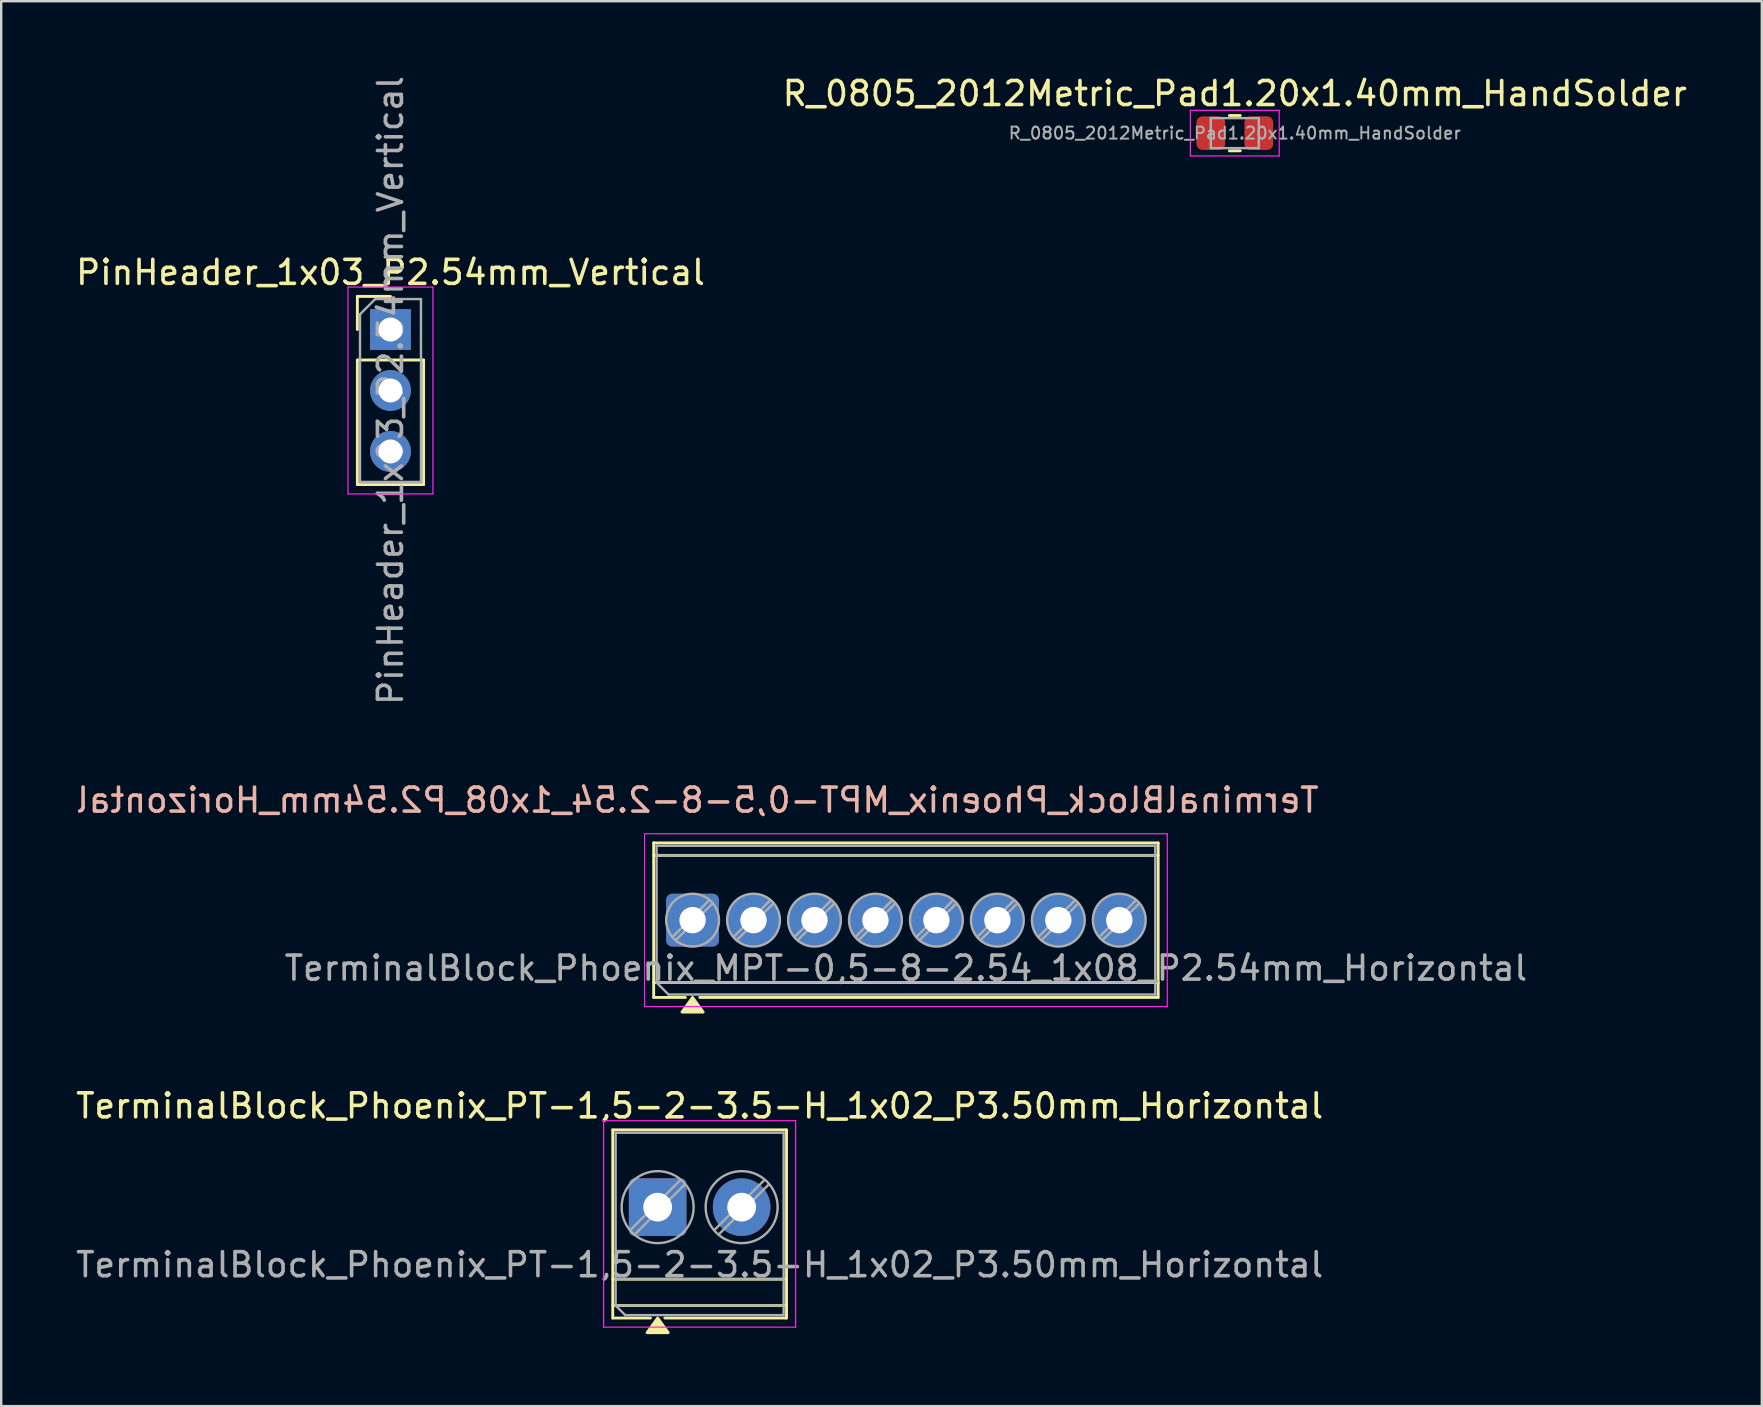
<source format=kicad_pcb>
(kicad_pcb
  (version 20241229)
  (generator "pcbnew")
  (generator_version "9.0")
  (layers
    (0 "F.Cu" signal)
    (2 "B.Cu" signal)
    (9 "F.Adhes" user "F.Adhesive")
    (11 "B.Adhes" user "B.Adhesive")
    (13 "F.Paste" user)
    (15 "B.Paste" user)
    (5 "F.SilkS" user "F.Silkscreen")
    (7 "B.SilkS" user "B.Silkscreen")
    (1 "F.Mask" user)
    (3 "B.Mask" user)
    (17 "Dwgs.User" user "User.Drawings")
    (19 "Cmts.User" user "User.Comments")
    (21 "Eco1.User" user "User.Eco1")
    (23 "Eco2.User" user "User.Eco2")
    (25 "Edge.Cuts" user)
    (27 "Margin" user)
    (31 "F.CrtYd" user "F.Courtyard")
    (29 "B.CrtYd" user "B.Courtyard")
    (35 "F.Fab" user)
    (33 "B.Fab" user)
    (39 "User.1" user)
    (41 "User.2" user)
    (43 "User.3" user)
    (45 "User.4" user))
  (footprint "R_0805_2012Metric_Pad1.20x1.40mm_HandSolder"
    (layer "F.Cu")
    (at 48.399 2.498)
    (property "Reference" "R_0805_2012Metric_Pad1.20x1.40mm_HandSolder" (at 0 -1.65 0) (layer "F.SilkS") (effects (font (size 1 1) (thickness 0.15))))
    (attr smd)
    (fp_line (start -0.227 -0.735) (end 0.227 -0.735) (stroke (width 0.12) (type solid)) (layer "F.SilkS"))
    (fp_line (start -0.227 0.735) (end 0.227 0.735) (stroke (width 0.12) (type solid)) (layer "F.SilkS"))
    (fp_line (start -1.85 -0.95) (end 1.85 -0.95) (stroke (width 0.05) (type solid)) (layer "F.CrtYd"))
    (fp_line (start -1.85 0.95) (end -1.85 -0.95) (stroke (width 0.05) (type solid)) (layer "F.CrtYd"))
    (fp_line (start 1.85 -0.95) (end 1.85 0.95) (stroke (width 0.05) (type solid)) (layer "F.CrtYd"))
    (fp_line (start 1.85 0.95) (end -1.85 0.95) (stroke (width 0.05) (type solid)) (layer "F.CrtYd"))
    (fp_line (start -1 -0.625) (end 1 -0.625) (stroke (width 0.1) (type solid)) (layer "F.Fab"))
    (fp_line (start -1 0.625) (end -1 -0.625) (stroke (width 0.1) (type solid)) (layer "F.Fab"))
    (fp_line (start 1 -0.625) (end 1 0.625) (stroke (width 0.1) (type solid)) (layer "F.Fab"))
    (fp_line (start 1 0.625) (end -1 0.625) (stroke (width 0.1) (type solid)) (layer "F.Fab"))
    (fp_text user "${REFERENCE}" (at 0 0 0) (layer "F.Fab") (effects (font (size 0.5 0.5) (thickness 0.08))))
    (pad "1" smd roundrect (at -1 0) (size 1.2 1.4) (layers "F.Cu" "F.Mask" "F.Paste") (roundrect_rratio 0.208))
    (pad "2" smd roundrect (at 1 0) (size 1.2 1.4) (layers "F.Cu" "F.Mask" "F.Paste") (roundrect_rratio 0.208)))
  (footprint "PinHeader_1x03_P2.54mm_Vertical"
    (layer "F.Cu")
    (at 13.22 10.68)
    (property "Reference" "PinHeader_1x03_P2.54mm_Vertical" (at 0 -2.38 0) (layer "F.SilkS") (effects (font (size 1 1) (thickness 0.15))))
    (attr through_hole)
    (fp_line (start -1.38 -1.38) (end 0 -1.38) (stroke (width 0.12) (type solid)) (layer "F.SilkS"))
    (fp_line (start -1.38 0) (end -1.38 -1.38) (stroke (width 0.12) (type solid)) (layer "F.SilkS"))
    (fp_line (start -1.38 1.27) (end -1.38 6.46) (stroke (width 0.12) (type solid)) (layer "F.SilkS"))
    (fp_line (start -1.38 1.27) (end 1.38 1.27) (stroke (width 0.12) (type solid)) (layer "F.SilkS"))
    (fp_line (start -1.38 6.46) (end 1.38 6.46) (stroke (width 0.12) (type solid)) (layer "F.SilkS"))
    (fp_line (start 1.38 1.27) (end 1.38 6.46) (stroke (width 0.12) (type solid)) (layer "F.SilkS"))
    (fp_line (start -1.77 -1.77) (end -1.77 6.85) (stroke (width 0.05) (type solid)) (layer "F.CrtYd"))
    (fp_line (start -1.77 6.85) (end 1.77 6.85) (stroke (width 0.05) (type solid)) (layer "F.CrtYd"))
    (fp_line (start 1.77 -1.77) (end -1.77 -1.77) (stroke (width 0.05) (type solid)) (layer "F.CrtYd"))
    (fp_line (start 1.77 6.85) (end 1.77 -1.77) (stroke (width 0.05) (type solid)) (layer "F.CrtYd"))
    (fp_line (start -1.27 -0.635) (end -0.635 -1.27) (stroke (width 0.1) (type solid)) (layer "F.Fab"))
    (fp_line (start -1.27 6.35) (end -1.27 -0.635) (stroke (width 0.1) (type solid)) (layer "F.Fab"))
    (fp_line (start -0.635 -1.27) (end 1.27 -1.27) (stroke (width 0.1) (type solid)) (layer "F.Fab"))
    (fp_line (start 1.27 -1.27) (end 1.27 6.35) (stroke (width 0.1) (type solid)) (layer "F.Fab"))
    (fp_line (start 1.27 6.35) (end -1.27 6.35) (stroke (width 0.1) (type solid)) (layer "F.Fab"))
    (fp_text user "${REFERENCE}" (at 0 2.54 270) (layer "F.Fab") (effects (font (size 1 1) (thickness 0.15))))
    (pad "1" thru_hole rect (at 0 0) (size 1.7 1.7) (drill 1) (layers "*.Cu" "*.Mask"))
    (pad "2" thru_hole circle (at 0 2.54) (size 1.7 1.7) (drill 1) (layers "*.Cu" "*.Mask"))
    (pad "3" thru_hole circle (at 0 5.08) (size 1.7 1.7) (drill 1) (layers "*.Cu" "*.Mask")))
  (footprint "TerminalBlock_Phoenix_PT-1,5-2-3.5-H_1x02_P3.50mm_Horizontal"
    (layer "F.Cu")
    (at 24.351 47.247)
    (property "Reference" "TerminalBlock_Phoenix_PT-1,5-2-3.5-H_1x02_P3.50mm_Horizontal" (at 1.75 -4.22 0) (layer "F.SilkS") (effects (font (size 1 1) (thickness 0.15))))
    (attr through_hole)
    (fp_line (start -1.87 -3.22) (end -1.87 4.62) (stroke (width 0.12) (type solid)) (layer "F.SilkS"))
    (fp_line (start -1.87 -3.22) (end 5.37 -3.22) (stroke (width 0.12) (type solid)) (layer "F.SilkS"))
    (fp_line (start -1.87 3) (end 5.37 3) (stroke (width 0.12) (type solid)) (layer "F.SilkS"))
    (fp_line (start -1.87 4.1) (end 5.37 4.1) (stroke (width 0.12) (type solid)) (layer "F.SilkS"))
    (fp_line (start -1.87 4.62) (end -0.3 4.62) (stroke (width 0.12) (type solid)) (layer "F.SilkS"))
    (fp_line (start 0.3 4.62) (end 5.37 4.62) (stroke (width 0.12) (type solid)) (layer "F.SilkS"))
    (fp_line (start 5.37 -3.22) (end 5.37 4.62) (stroke (width 0.12) (type solid)) (layer "F.SilkS"))
    (fp_poly (pts (xy 0 4.62) (xy 0.44 5.23) (xy -0.44 5.23)) (stroke (width 0.12) (type solid)) (fill yes) (layer "F.SilkS"))
    (fp_line (start -2.25 -3.6) (end -2.25 5) (stroke (width 0.05) (type solid)) (layer "F.CrtYd"))
    (fp_line (start -2.25 5) (end 5.75 5) (stroke (width 0.05) (type solid)) (layer "F.CrtYd"))
    (fp_line (start 5.75 -3.6) (end -2.25 -3.6) (stroke (width 0.05) (type solid)) (layer "F.CrtYd"))
    (fp_line (start 5.75 5) (end 5.75 -3.6) (stroke (width 0.05) (type solid)) (layer "F.CrtYd"))
    (fp_line (start -1.75 -3.1) (end 5.25 -3.1) (stroke (width 0.1) (type solid)) (layer "F.Fab"))
    (fp_line (start -1.75 3) (end 5.25 3) (stroke (width 0.1) (type solid)) (layer "F.Fab"))
    (fp_line (start -1.75 4.1) (end -1.75 -3.1) (stroke (width 0.1) (type solid)) (layer "F.Fab"))
    (fp_line (start -1.75 4.1) (end 5.25 4.1) (stroke (width 0.1) (type solid)) (layer "F.Fab"))
    (fp_line (start -1.35 4.5) (end -1.75 4.1) (stroke (width 0.1) (type solid)) (layer "F.Fab"))
    (fp_line (start 0.955 -1.138) (end -1.138 0.955) (stroke (width 0.1) (type solid)) (layer "F.Fab"))
    (fp_line (start 1.138 -0.955) (end -0.955 1.138) (stroke (width 0.1) (type solid)) (layer "F.Fab"))
    (fp_line (start 4.455 -1.138) (end 2.362 0.955) (stroke (width 0.1) (type solid)) (layer "F.Fab"))
    (fp_line (start 4.638 -0.955) (end 2.545 1.138) (stroke (width 0.1) (type solid)) (layer "F.Fab"))
    (fp_line (start 5.25 -3.1) (end 5.25 4.5) (stroke (width 0.1) (type solid)) (layer "F.Fab"))
    (fp_line (start 5.25 4.5) (end -1.35 4.5) (stroke (width 0.1) (type solid)) (layer "F.Fab"))
    (fp_circle (center 0 0) (end 1.5 0) (stroke (width 0.1) (type solid)) (fill no) (layer "F.Fab"))
    (fp_circle (center 3.5 0) (end 5 0) (stroke (width 0.1) (type solid)) (fill no) (layer "F.Fab"))
    (fp_text user "${REFERENCE}" (at 1.75 2.4 0) (layer "F.Fab") (effects (font (size 1 1) (thickness 0.15))))
    (pad "1" thru_hole roundrect (at 0 0) (size 2.4 2.4) (drill 1.2) (layers "*.Cu" "*.Mask") (roundrect_rratio 0.104))
    (pad "2" thru_hole circle (at 3.5 0) (size 2.4 2.4) (drill 1.2) (layers "*.Cu" "*.Mask")))
  (footprint "TerminalBlock_Phoenix_MPT-0,5-8-2.54_1x08_P2.54mm_Horizontal"
    (layer "F.Cu")
    (at 25.806 35.289)
    (property "Reference" "TerminalBlock_Phoenix_MPT-0,5-8-2.54_1x08_P2.54mm_Horizontal" (at 0.2 -5 180) (layer "B.SilkS") (effects (font (size 1 1) (thickness 0.15)) (justify mirror)))
    (attr through_hole)
    (fp_line (start -1.62 -3.22) (end -1.62 3.22) (stroke (width 0.12) (type solid)) (layer "F.SilkS"))
    (fp_line (start -1.62 -3.22) (end 19.4 -3.22) (stroke (width 0.12) (type solid)) (layer "F.SilkS"))
    (fp_line (start -1.62 -2.7) (end 19.4 -2.7) (stroke (width 0.12) (type solid)) (layer "F.SilkS"))
    (fp_line (start -1.62 2.6) (end 19.4 2.6) (stroke (width 0.12) (type solid)) (layer "F.SilkS"))
    (fp_line (start -1.62 3.22) (end -0.3 3.22) (stroke (width 0.12) (type solid)) (layer "F.SilkS"))
    (fp_line (start 0.3 3.22) (end 19.4 3.22) (stroke (width 0.12) (type solid)) (layer "F.SilkS"))
    (fp_line (start 19.4 -3.22) (end 19.4 3.22) (stroke (width 0.12) (type solid)) (layer "F.SilkS"))
    (fp_poly (pts (xy 0 3.22) (xy 0.44 3.83) (xy -0.44 3.83)) (stroke (width 0.12) (type solid)) (fill yes) (layer "F.SilkS"))
    (fp_line (start -2 -3.6) (end -2 3.6) (stroke (width 0.05) (type solid)) (layer "F.CrtYd"))
    (fp_line (start -2 3.6) (end 19.78 3.6) (stroke (width 0.05) (type solid)) (layer "F.CrtYd"))
    (fp_line (start 19.78 -3.6) (end -2 -3.6) (stroke (width 0.05) (type solid)) (layer "F.CrtYd"))
    (fp_line (start 19.78 3.6) (end 19.78 -3.6) (stroke (width 0.05) (type solid)) (layer "F.CrtYd"))
    (fp_line (start -1.5 -3.1) (end 19.28 -3.1) (stroke (width 0.1) (type solid)) (layer "F.Fab"))
    (fp_line (start -1.5 -2.7) (end 19.28 -2.7) (stroke (width 0.1) (type solid)) (layer "F.Fab"))
    (fp_line (start -1.5 2.6) (end -1.5 -3.1) (stroke (width 0.1) (type solid)) (layer "F.Fab"))
    (fp_line (start -1.5 2.6) (end 19.28 2.6) (stroke (width 0.1) (type solid)) (layer "F.Fab"))
    (fp_line (start -1 3.1) (end -1.5 2.6) (stroke (width 0.1) (type solid)) (layer "F.Fab"))
    (fp_line (start 0.7 -0.834) (end -0.834 0.7) (stroke (width 0.1) (type solid)) (layer "F.Fab"))
    (fp_line (start 0.834 -0.7) (end -0.7 0.834) (stroke (width 0.1) (type solid)) (layer "F.Fab"))
    (fp_line (start 3.24 -0.834) (end 1.706 0.7) (stroke (width 0.1) (type solid)) (layer "F.Fab"))
    (fp_line (start 3.374 -0.7) (end 1.84 0.834) (stroke (width 0.1) (type solid)) (layer "F.Fab"))
    (fp_line (start 5.78 -0.834) (end 4.246 0.7) (stroke (width 0.1) (type solid)) (layer "F.Fab"))
    (fp_line (start 5.914 -0.7) (end 4.38 0.834) (stroke (width 0.1) (type solid)) (layer "F.Fab"))
    (fp_line (start 8.32 -0.834) (end 6.786 0.7) (stroke (width 0.1) (type solid)) (layer "F.Fab"))
    (fp_line (start 8.454 -0.7) (end 6.92 0.834) (stroke (width 0.1) (type solid)) (layer "F.Fab"))
    (fp_line (start 10.86 -0.834) (end 9.326 0.7) (stroke (width 0.1) (type solid)) (layer "F.Fab"))
    (fp_line (start 10.994 -0.7) (end 9.46 0.834) (stroke (width 0.1) (type solid)) (layer "F.Fab"))
    (fp_line (start 13.4 -0.834) (end 11.866 0.7) (stroke (width 0.1) (type solid)) (layer "F.Fab"))
    (fp_line (start 13.534 -0.7) (end 12 0.834) (stroke (width 0.1) (type solid)) (layer "F.Fab"))
    (fp_line (start 15.94 -0.834) (end 14.406 0.7) (stroke (width 0.1) (type solid)) (layer "F.Fab"))
    (fp_line (start 16.074 -0.7) (end 14.54 0.834) (stroke (width 0.1) (type solid)) (layer "F.Fab"))
    (fp_line (start 18.48 -0.834) (end 16.946 0.7) (stroke (width 0.1) (type solid)) (layer "F.Fab"))
    (fp_line (start 18.614 -0.7) (end 17.08 0.834) (stroke (width 0.1) (type solid)) (layer "F.Fab"))
    (fp_line (start 19.28 -3.1) (end 19.28 3.1) (stroke (width 0.1) (type solid)) (layer "F.Fab"))
    (fp_line (start 19.28 3.1) (end -1 3.1) (stroke (width 0.1) (type solid)) (layer "F.Fab"))
    (fp_circle (center 0 0) (end 1.1 0) (stroke (width 0.1) (type solid)) (fill no) (layer "F.Fab"))
    (fp_circle (center 2.54 0) (end 3.64 0) (stroke (width 0.1) (type solid)) (fill no) (layer "F.Fab"))
    (fp_circle (center 5.08 0) (end 6.18 0) (stroke (width 0.1) (type solid)) (fill no) (layer "F.Fab"))
    (fp_circle (center 7.62 0) (end 8.72 0) (stroke (width 0.1) (type solid)) (fill no) (layer "F.Fab"))
    (fp_circle (center 10.16 0) (end 11.26 0) (stroke (width 0.1) (type solid)) (fill no) (layer "F.Fab"))
    (fp_circle (center 12.7 0) (end 13.8 0) (stroke (width 0.1) (type solid)) (fill no) (layer "F.Fab"))
    (fp_circle (center 15.24 0) (end 16.34 0) (stroke (width 0.1) (type solid)) (fill no) (layer "F.Fab"))
    (fp_circle (center 17.78 0) (end 18.88 0) (stroke (width 0.1) (type solid)) (fill no) (layer "F.Fab"))
    (fp_text user "${REFERENCE}" (at 8.89 2 0) (layer "F.Fab") (effects (font (size 1 1) (thickness 0.15))))
    (pad "1" thru_hole roundrect (at 0 0) (size 2.2 2.2) (drill 1.1) (layers "*.Cu" "*.Mask") (roundrect_rratio 0.114))
    (pad "2" thru_hole circle (at 2.54 0) (size 2.2 2.2) (drill 1.1) (layers "*.Cu" "*.Mask"))
    (pad "3" thru_hole circle (at 5.08 0) (size 2.2 2.2) (drill 1.1) (layers "*.Cu" "*.Mask"))
    (pad "4" thru_hole circle (at 7.62 0) (size 2.2 2.2) (drill 1.1) (layers "*.Cu" "*.Mask"))
    (pad "5" thru_hole circle (at 10.16 0) (size 2.2 2.2) (drill 1.1) (layers "*.Cu" "*.Mask"))
    (pad "6" thru_hole circle (at 12.7 0) (size 2.2 2.2) (drill 1.1) (layers "*.Cu" "*.Mask"))
    (pad "7" thru_hole circle (at 15.24 0) (size 2.2 2.2) (drill 1.1) (layers "*.Cu" "*.Mask"))
    (pad "8" thru_hole circle (at 17.78 0) (size 2.2 2.2) (drill 1.1) (layers "*.Cu" "*.Mask")))
  (gr_rect
    (start -3 -3)
    (end 70.357 55.537)
    (stroke (width 0.1) (type default))
    (fill no)
    (layer "Edge.Cuts")))
</source>
